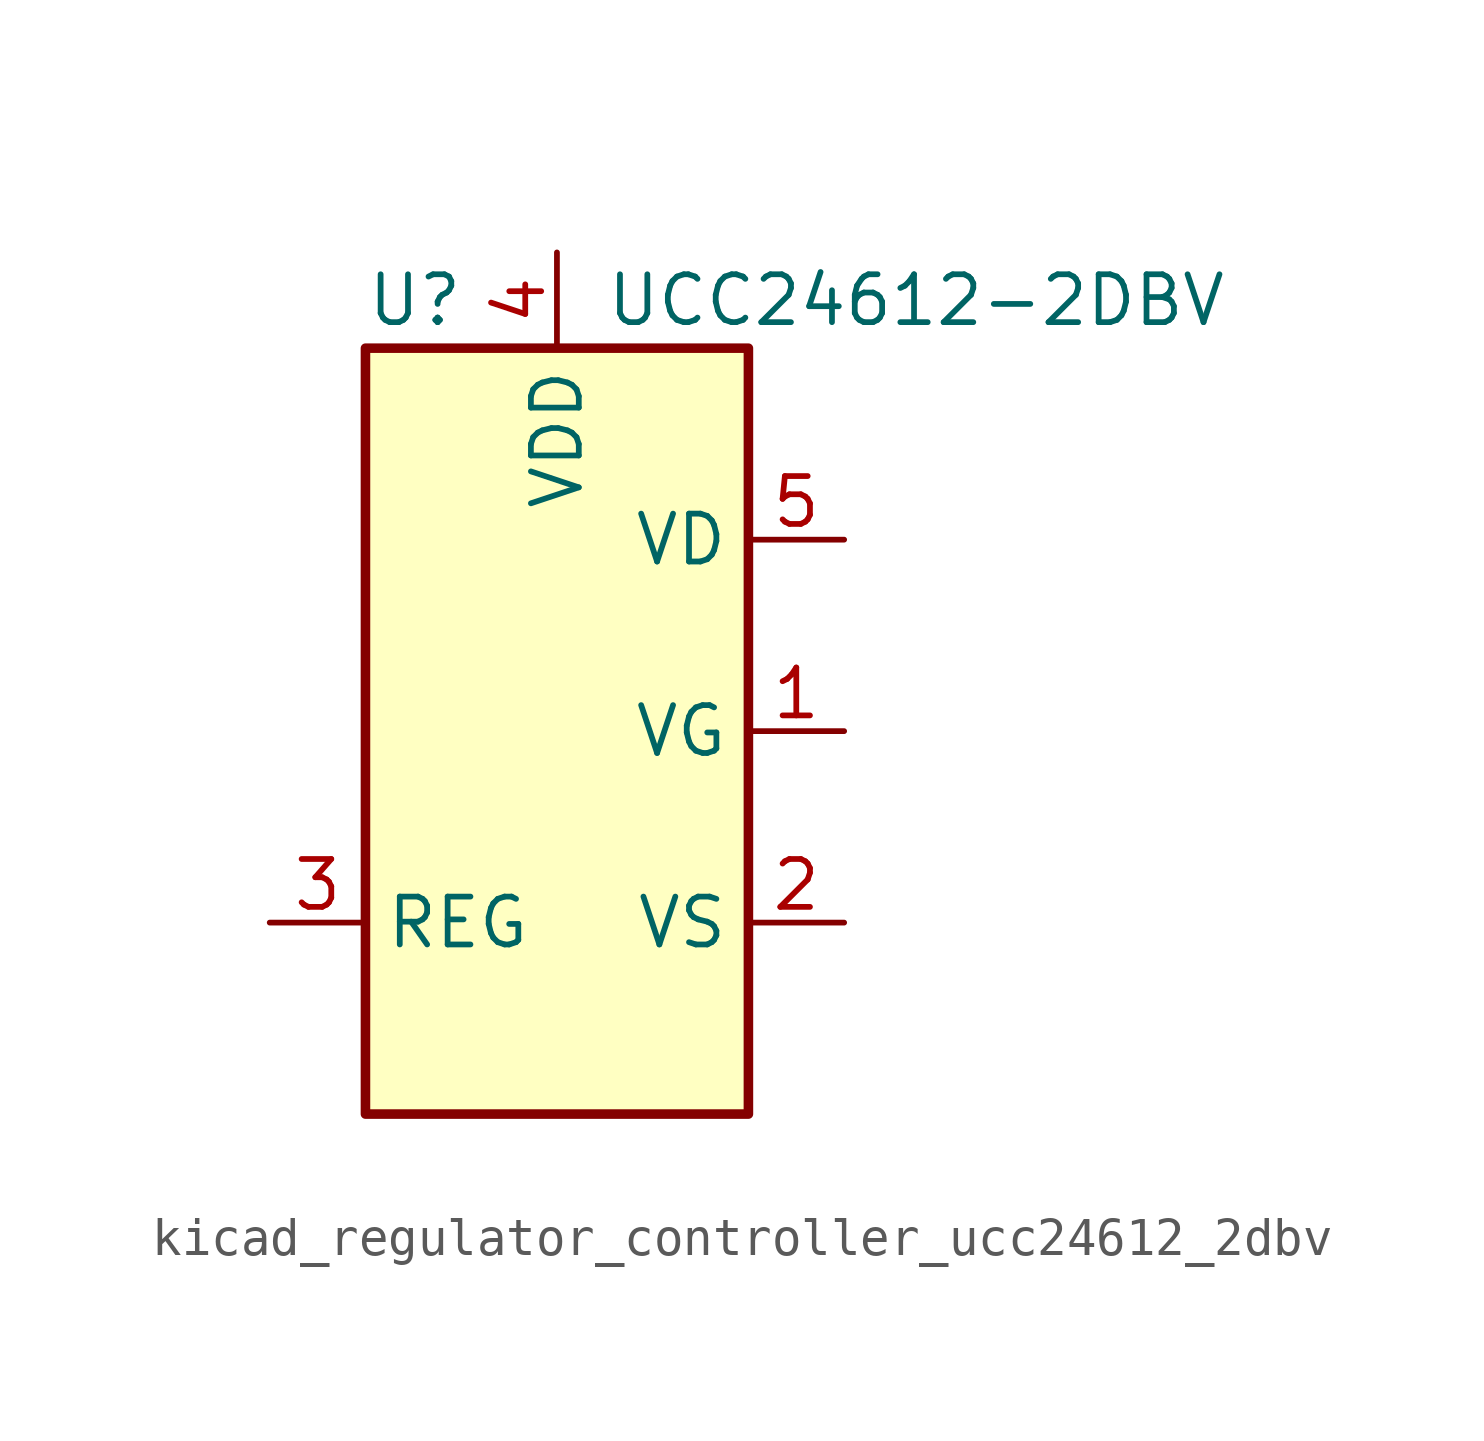
<source format=kicad_sym>
(kicad_symbol_lib
  (version 20220914)
  (generator kicad_symbol_editor)
  (symbol "kicad_regulator_controller_ucc24612_2dbv"
    (property "Reference" "U"
      (at -5.08 11.43 0)
      (effects (font (size 1.27 1.27)) (justify left)))
    (property "Value" "UCC24612-2DBV"
      (at 1.27 11.43 0)
      (effects (font (size 1.27 1.27)) (justify left)))
    (symbol "kicad_regulator_controller_ucc24612_2dbv_0_1"
      (rectangle (start -5.08 -10.16) (end 5.08 10.16) (stroke (width 0.254) (type default)) (fill (type background))))
    (symbol "kicad_regulator_controller_ucc24612_2dbv_1_1"
      (pin output line (at 7.62 0 180) (length 2.54) (name "VG" (effects (font (size 1.27 1.27)))) (number "1" (effects (font (size 1.27 1.27)))))
      (pin input line (at 7.62 -5.08 180) (length 2.54) (name "VS" (effects (font (size 1.27 1.27)))) (number "2" (effects (font (size 1.27 1.27)))))
      (pin passive line (at -7.62 -5.08 0) (length 2.54) (name "REG" (effects (font (size 1.27 1.27)))) (number "3" (effects (font (size 1.27 1.27)))))
      (pin power_in line (at 0 12.7 270) (length 2.54) (name "VDD" (effects (font (size 1.27 1.27)))) (number "4" (effects (font (size 1.27 1.27)))))
      (pin input line (at 7.62 5.08 180) (length 2.54) (name "VD" (effects (font (size 1.27 1.27)))) (number "5" (effects (font (size 1.27 1.27))))))))
</source>
